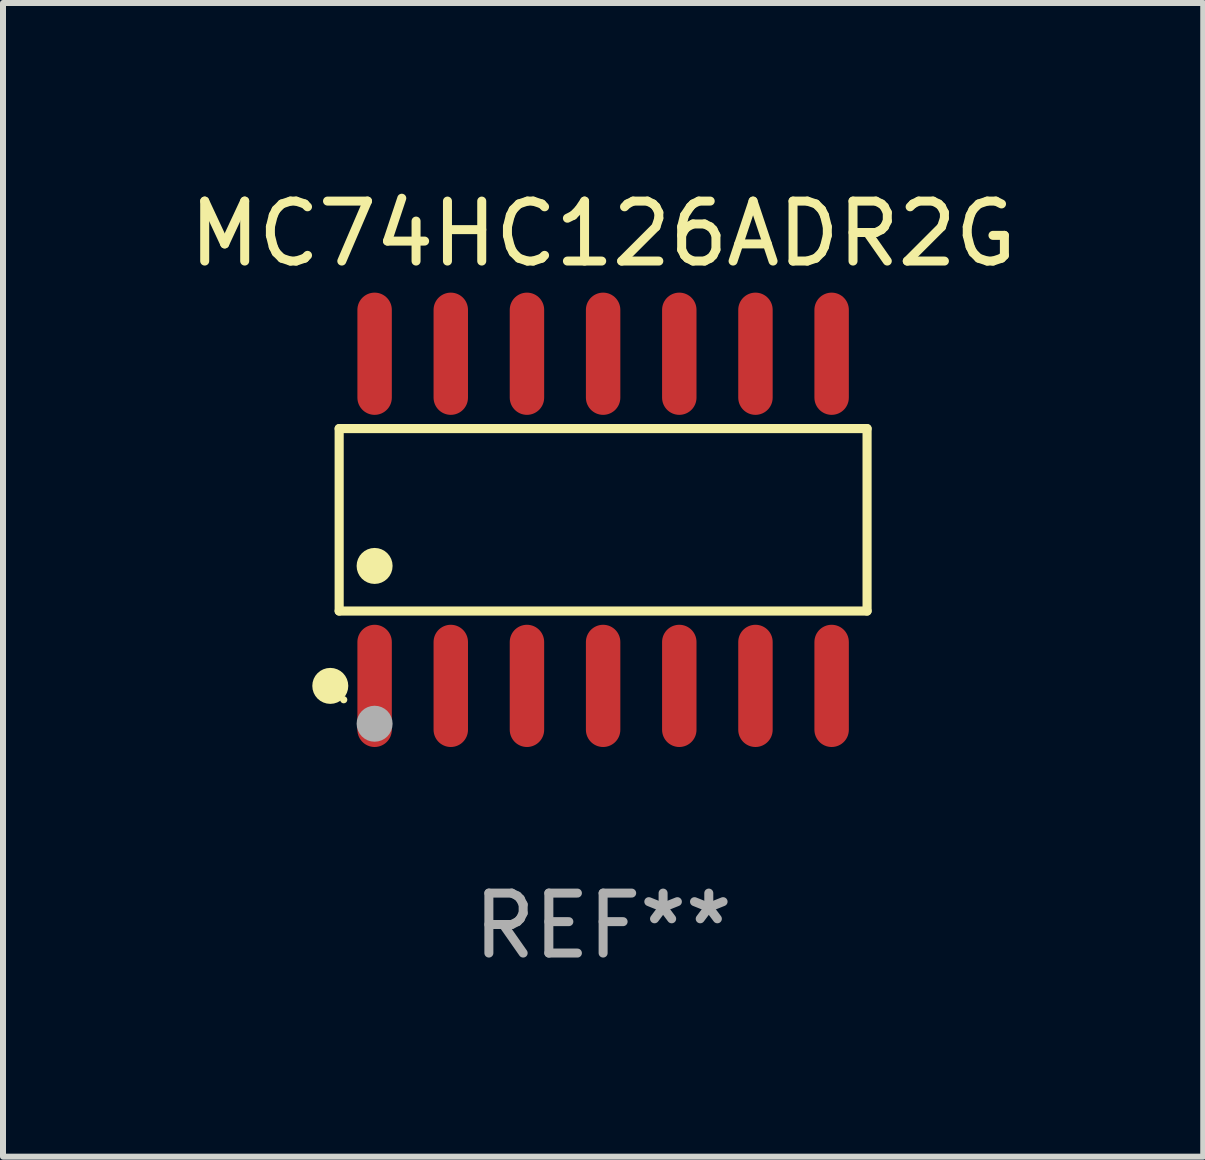
<source format=kicad_pcb>
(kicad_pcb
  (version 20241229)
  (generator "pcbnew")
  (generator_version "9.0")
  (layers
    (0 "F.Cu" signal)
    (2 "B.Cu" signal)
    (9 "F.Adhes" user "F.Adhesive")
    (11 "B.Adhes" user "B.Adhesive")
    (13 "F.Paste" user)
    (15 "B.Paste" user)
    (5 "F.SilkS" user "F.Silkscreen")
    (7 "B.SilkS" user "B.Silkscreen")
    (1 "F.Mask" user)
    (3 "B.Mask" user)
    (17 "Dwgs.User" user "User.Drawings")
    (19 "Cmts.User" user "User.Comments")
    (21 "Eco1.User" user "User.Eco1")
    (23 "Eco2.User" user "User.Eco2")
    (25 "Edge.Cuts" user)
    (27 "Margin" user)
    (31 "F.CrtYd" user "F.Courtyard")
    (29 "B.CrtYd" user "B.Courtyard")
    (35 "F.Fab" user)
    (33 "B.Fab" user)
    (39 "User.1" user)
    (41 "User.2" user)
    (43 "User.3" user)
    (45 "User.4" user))
  (footprint "MC74HC126ADR2G"
    (layer "F.Cu")
    (at 7.006 5.617)
    (property "Reference" "MC74HC126ADR2G" (at 0 -4.769 0) (layer "F.SilkS") (effects (font (size 1 1) (thickness 0.15))))
    (attr through_hole)
    (fp_line (start -4.401 -1.521) (end 4.401 -1.521) (stroke (width 0.152) (type solid)) (layer "F.SilkS"))
    (fp_line (start -4.401 1.521) (end -4.401 -1.521) (stroke (width 0.152) (type solid)) (layer "F.SilkS"))
    (fp_line (start 4.401 -1.521) (end 4.401 1.521) (stroke (width 0.152) (type solid)) (layer "F.SilkS"))
    (fp_line (start 4.401 1.521) (end -4.401 1.521) (stroke (width 0.152) (type solid)) (layer "F.SilkS"))
    (fp_circle (center -4.549 2.769) (end -4.399 2.769) (stroke (width 0.3) (type solid)) (fill no) (layer "F.SilkS"))
    (fp_circle (center -4.325 3) (end -4.295 3) (stroke (width 0.06) (type solid)) (fill no) (layer "F.SilkS"))
    (fp_circle (center -3.81 0.769) (end -3.66 0.769) (stroke (width 0.3) (type solid)) (fill no) (layer "F.SilkS"))
    (fp_circle (center -3.81 3.4) (end -3.66 3.4) (stroke (width 0.3) (type solid)) (fill no) (layer "F.Fab"))
    (fp_text user "REF**" (at 0 6.769 0) (layer "F.Fab") (effects (font (size 1 1) (thickness 0.15))))
    (pad "1" smd oval (at -3.81 2.769) (size 0.574 2.038) (layers "F.Cu" "F.Mask" "F.Paste"))
    (pad "2" smd oval (at -2.54 2.769) (size 0.574 2.038) (layers "F.Cu" "F.Mask" "F.Paste"))
    (pad "3" smd oval (at -1.27 2.769) (size 0.574 2.038) (layers "F.Cu" "F.Mask" "F.Paste"))
    (pad "4" smd oval (at 0 2.769) (size 0.574 2.038) (layers "F.Cu" "F.Mask" "F.Paste"))
    (pad "5" smd oval (at 1.27 2.769) (size 0.574 2.038) (layers "F.Cu" "F.Mask" "F.Paste"))
    (pad "6" smd oval (at 2.54 2.769) (size 0.574 2.038) (layers "F.Cu" "F.Mask" "F.Paste"))
    (pad "7" smd oval (at 3.81 2.769) (size 0.574 2.038) (layers "F.Cu" "F.Mask" "F.Paste"))
    (pad "8" smd oval (at 3.81 -2.769) (size 0.574 2.038) (layers "F.Cu" "F.Mask" "F.Paste"))
    (pad "9" smd oval (at 2.54 -2.769) (size 0.574 2.038) (layers "F.Cu" "F.Mask" "F.Paste"))
    (pad "10" smd oval (at 1.27 -2.769) (size 0.574 2.038) (layers "F.Cu" "F.Mask" "F.Paste"))
    (pad "11" smd oval (at 0 -2.769) (size 0.574 2.038) (layers "F.Cu" "F.Mask" "F.Paste"))
    (pad "12" smd oval (at -1.27 -2.769) (size 0.574 2.038) (layers "F.Cu" "F.Mask" "F.Paste"))
    (pad "13" smd oval (at -2.54 -2.769) (size 0.574 2.038) (layers "F.Cu" "F.Mask" "F.Paste"))
    (pad "14" smd oval (at -3.81 -2.769) (size 0.574 2.038) (layers "F.Cu" "F.Mask" "F.Paste")))
  (gr_rect
    (start -3 -3)
    (end 17.012 16.235)
    (stroke (width 0.1) (type default))
    (fill no)
    (layer "Edge.Cuts")))
</source>
